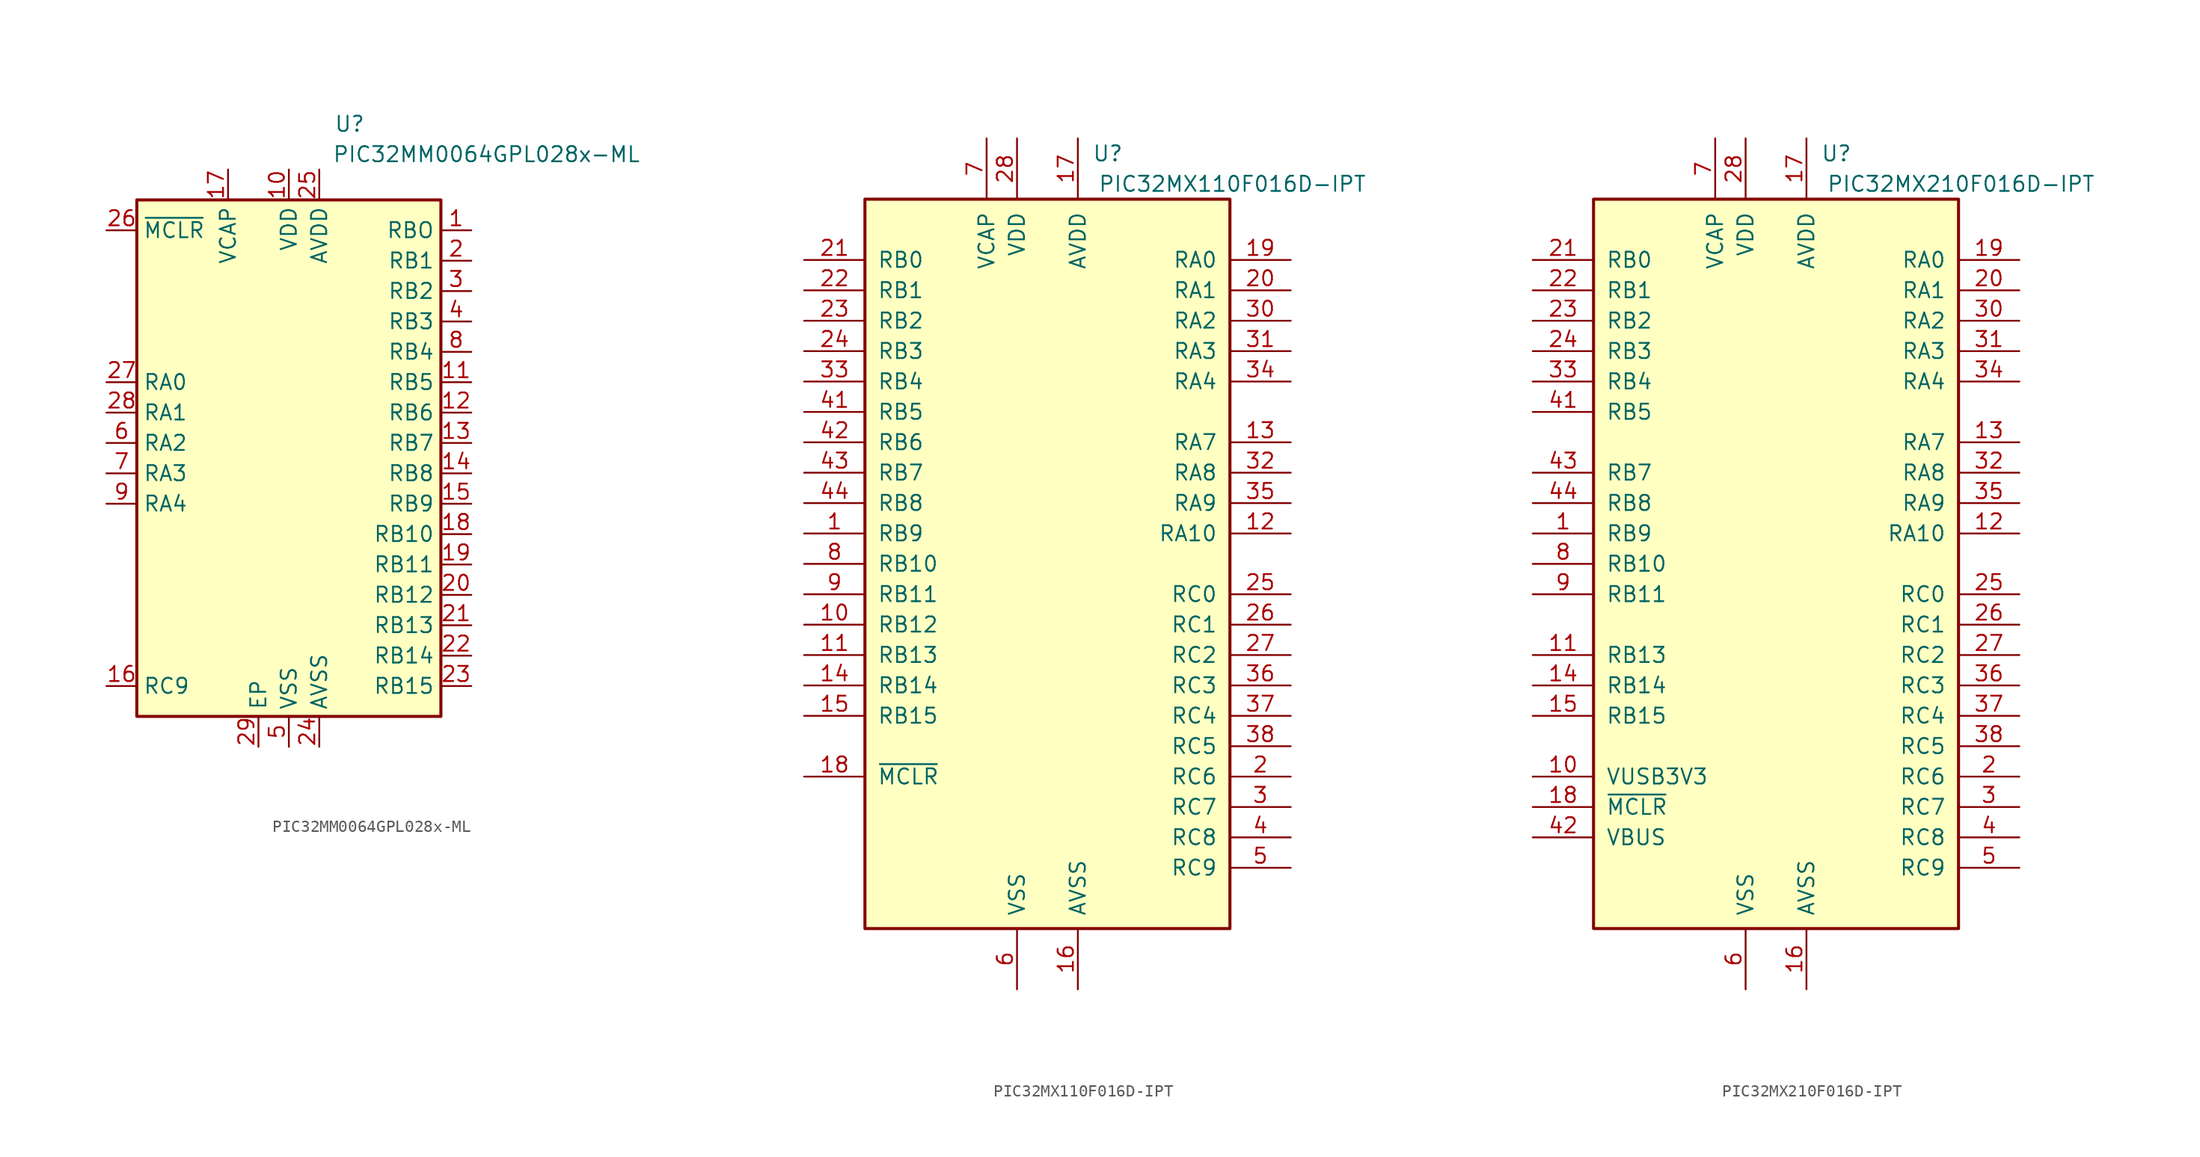
<source format=kicad_sym>
(kicad_symbol_lib
  (version 20201005)
  (generator kicad_symbol_editor)
  (symbol "MCU_Microchip_PIC32:PIC32MM0064GPL028x-ML"
    (property "Reference" "U"
      (at 5.08 26.67 0)
      (effects (font (size 1.27 1.27))))
    (property "Value" "PIC32MM0064GPL028x-ML"
      (at 16.51 24.13 0)
      (effects (font (size 1.27 1.27))))
    (symbol "PIC32MM0064GPL028x-ML_0_0"
      (pin bidirectional line (at 15.24 17.78 180) (length 2.54) (name "RBO" (effects (font (size 1.27 1.27)))) (number "1" (effects (font (size 1.27 1.27)))))
      (pin power_in line (at 0 22.86 270) (length 2.54) (name "VDD" (effects (font (size 1.27 1.27)))) (number "10" (effects (font (size 1.27 1.27)))))
      (pin bidirectional line (at 15.24 5.08 180) (length 2.54) (name "RB5" (effects (font (size 1.27 1.27)))) (number "11" (effects (font (size 1.27 1.27)))))
      (pin bidirectional line (at 15.24 2.54 180) (length 2.54) (name "RB6" (effects (font (size 1.27 1.27)))) (number "12" (effects (font (size 1.27 1.27)))))
      (pin bidirectional line (at 15.24 0 180) (length 2.54) (name "RB7" (effects (font (size 1.27 1.27)))) (number "13" (effects (font (size 1.27 1.27)))))
      (pin bidirectional line (at 15.24 -2.54 180) (length 2.54) (name "RB8" (effects (font (size 1.27 1.27)))) (number "14" (effects (font (size 1.27 1.27)))))
      (pin bidirectional line (at 15.24 -5.08 180) (length 2.54) (name "RB9" (effects (font (size 1.27 1.27)))) (number "15" (effects (font (size 1.27 1.27)))))
      (pin bidirectional line (at -15.24 -20.32 0) (length 2.54) (name "RC9" (effects (font (size 1.27 1.27)))) (number "16" (effects (font (size 1.27 1.27)))))
      (pin power_out line (at -5.08 22.86 270) (length 2.54) (name "VCAP" (effects (font (size 1.27 1.27)))) (number "17" (effects (font (size 1.27 1.27)))))
      (pin bidirectional line (at 15.24 -7.62 180) (length 2.54) (name "RB10" (effects (font (size 1.27 1.27)))) (number "18" (effects (font (size 1.27 1.27)))))
      (pin bidirectional line (at 15.24 -10.16 180) (length 2.54) (name "RB11" (effects (font (size 1.27 1.27)))) (number "19" (effects (font (size 1.27 1.27)))))
      (pin bidirectional line (at 15.24 15.24 180) (length 2.54) (name "RB1" (effects (font (size 1.27 1.27)))) (number "2" (effects (font (size 1.27 1.27)))))
      (pin bidirectional line (at 15.24 -12.7 180) (length 2.54) (name "RB12" (effects (font (size 1.27 1.27)))) (number "20" (effects (font (size 1.27 1.27)))))
      (pin bidirectional line (at 15.24 -15.24 180) (length 2.54) (name "RB13" (effects (font (size 1.27 1.27)))) (number "21" (effects (font (size 1.27 1.27)))))
      (pin bidirectional line (at 15.24 -17.78 180) (length 2.54) (name "RB14" (effects (font (size 1.27 1.27)))) (number "22" (effects (font (size 1.27 1.27)))))
      (pin bidirectional line (at 15.24 -20.32 180) (length 2.54) (name "RB15" (effects (font (size 1.27 1.27)))) (number "23" (effects (font (size 1.27 1.27)))))
      (pin power_in line (at 2.54 -25.4 90) (length 2.54) (name "AVSS" (effects (font (size 1.27 1.27)))) (number "24" (effects (font (size 1.27 1.27)))))
      (pin power_in line (at 2.54 22.86 270) (length 2.54) (name "AVDD" (effects (font (size 1.27 1.27)))) (number "25" (effects (font (size 1.27 1.27)))))
      (pin input line (at -15.24 17.78 0) (length 2.54) (name "~MCLR~" (effects (font (size 1.27 1.27)))) (number "26" (effects (font (size 1.27 1.27)))))
      (pin bidirectional line (at -15.24 5.08 0) (length 2.54) (name "RA0" (effects (font (size 1.27 1.27)))) (number "27" (effects (font (size 1.27 1.27)))))
      (pin bidirectional line (at -15.24 2.54 0) (length 2.54) (name "RA1" (effects (font (size 1.27 1.27)))) (number "28" (effects (font (size 1.27 1.27)))))
      (pin passive line (at -2.54 -25.4 90) (length 2.54) (name "EP" (effects (font (size 1.27 1.27)))) (number "29" (effects (font (size 1.27 1.27)))))
      (pin bidirectional line (at 15.24 12.7 180) (length 2.54) (name "RB2" (effects (font (size 1.27 1.27)))) (number "3" (effects (font (size 1.27 1.27)))))
      (pin bidirectional line (at 15.24 10.16 180) (length 2.54) (name "RB3" (effects (font (size 1.27 1.27)))) (number "4" (effects (font (size 1.27 1.27)))))
      (pin power_in line (at 0 -25.4 90) (length 2.54) (name "VSS" (effects (font (size 1.27 1.27)))) (number "5" (effects (font (size 1.27 1.27)))))
      (pin bidirectional line (at -15.24 0 0) (length 2.54) (name "RA2" (effects (font (size 1.27 1.27)))) (number "6" (effects (font (size 1.27 1.27)))))
      (pin bidirectional line (at -15.24 -2.54 0) (length 2.54) (name "RA3" (effects (font (size 1.27 1.27)))) (number "7" (effects (font (size 1.27 1.27)))))
      (pin bidirectional line (at 15.24 7.62 180) (length 2.54) (name "RB4" (effects (font (size 1.27 1.27)))) (number "8" (effects (font (size 1.27 1.27)))))
      (pin bidirectional line (at -15.24 -5.08 0) (length 2.54) (name "RA4" (effects (font (size 1.27 1.27)))) (number "9" (effects (font (size 1.27 1.27))))))
    (symbol "PIC32MM0064GPL028x-ML_0_1"
      (rectangle (start -12.7 20.32) (end 12.7 -22.86) (stroke (width 0.254)) (fill (type background)))))
  (symbol "MCU_Microchip_PIC32:PIC32MX110F016D-IPT"
    (pin_names
      (offset 1.016))
    (property "Reference" "U"
      (at 6.35 34.29 0)
      (effects (font (size 1.27 1.27)) (justify right)))
    (property "Value" "PIC32MX110F016D-IPT"
      (at 26.67 31.75 0)
      (effects (font (size 1.27 1.27)) (justify right)))
    (symbol "PIC32MX110F016D-IPT_0_1"
      (rectangle (start -15.24 30.48) (end 15.24 -30.48) (stroke (width 0.254)) (fill (type background))))
    (symbol "PIC32MX110F016D-IPT_1_1"
      (pin bidirectional line (at -20.32 2.54 0) (length 5.08) (name "RB9" (effects (font (size 1.27 1.27)))) (number "1" (effects (font (size 1.27 1.27)))))
      (pin bidirectional line (at -20.32 -5.08 0) (length 5.08) (name "RB12" (effects (font (size 1.27 1.27)))) (number "10" (effects (font (size 1.27 1.27)))))
      (pin bidirectional line (at -20.32 -7.62 0) (length 5.08) (name "RB13" (effects (font (size 1.27 1.27)))) (number "11" (effects (font (size 1.27 1.27)))))
      (pin bidirectional line (at 20.32 2.54 180) (length 5.08) (name "RA10" (effects (font (size 1.27 1.27)))) (number "12" (effects (font (size 1.27 1.27)))))
      (pin bidirectional line (at 20.32 10.16 180) (length 5.08) (name "RA7" (effects (font (size 1.27 1.27)))) (number "13" (effects (font (size 1.27 1.27)))))
      (pin bidirectional line (at -20.32 -10.16 0) (length 5.08) (name "RB14" (effects (font (size 1.27 1.27)))) (number "14" (effects (font (size 1.27 1.27)))))
      (pin bidirectional line (at -20.32 -12.7 0) (length 5.08) (name "RB15" (effects (font (size 1.27 1.27)))) (number "15" (effects (font (size 1.27 1.27)))))
      (pin power_in line (at 2.54 -35.56 90) (length 5.08) (name "AVSS" (effects (font (size 1.27 1.27)))) (number "16" (effects (font (size 1.27 1.27)))))
      (pin power_in line (at 2.54 35.56 270) (length 5.08) (name "AVDD" (effects (font (size 1.27 1.27)))) (number "17" (effects (font (size 1.27 1.27)))))
      (pin input line (at -20.32 -17.78 0) (length 5.08) (name "~MCLR" (effects (font (size 1.27 1.27)))) (number "18" (effects (font (size 1.27 1.27)))))
      (pin input line (at 20.32 25.4 180) (length 5.08) (name "RA0" (effects (font (size 1.27 1.27)))) (number "19" (effects (font (size 1.27 1.27)))))
      (pin bidirectional line (at 20.32 -17.78 180) (length 5.08) (name "RC6" (effects (font (size 1.27 1.27)))) (number "2" (effects (font (size 1.27 1.27)))))
      (pin input line (at 20.32 22.86 180) (length 5.08) (name "RA1" (effects (font (size 1.27 1.27)))) (number "20" (effects (font (size 1.27 1.27)))))
      (pin input line (at -20.32 25.4 0) (length 5.08) (name "RB0" (effects (font (size 1.27 1.27)))) (number "21" (effects (font (size 1.27 1.27)))))
      (pin input line (at -20.32 22.86 0) (length 5.08) (name "RB1" (effects (font (size 1.27 1.27)))) (number "22" (effects (font (size 1.27 1.27)))))
      (pin input line (at -20.32 20.32 0) (length 5.08) (name "RB2" (effects (font (size 1.27 1.27)))) (number "23" (effects (font (size 1.27 1.27)))))
      (pin input line (at -20.32 17.78 0) (length 5.08) (name "RB3" (effects (font (size 1.27 1.27)))) (number "24" (effects (font (size 1.27 1.27)))))
      (pin input line (at 20.32 -2.54 180) (length 5.08) (name "RC0" (effects (font (size 1.27 1.27)))) (number "25" (effects (font (size 1.27 1.27)))))
      (pin input line (at 20.32 -5.08 180) (length 5.08) (name "RC1" (effects (font (size 1.27 1.27)))) (number "26" (effects (font (size 1.27 1.27)))))
      (pin input line (at 20.32 -7.62 180) (length 5.08) (name "RC2" (effects (font (size 1.27 1.27)))) (number "27" (effects (font (size 1.27 1.27)))))
      (pin power_in line (at -2.54 35.56 270) (length 5.08) (name "VDD" (effects (font (size 1.27 1.27)))) (number "28" (effects (font (size 1.27 1.27)))))
      (pin passive line (at -2.54 -35.56 90) (length 5.08) hide (name "VSS" (effects (font (size 1.27 1.27)))) (number "29" (effects (font (size 1.27 1.27)))))
      (pin bidirectional line (at 20.32 -20.32 180) (length 5.08) (name "RC7" (effects (font (size 1.27 1.27)))) (number "3" (effects (font (size 1.27 1.27)))))
      (pin input line (at 20.32 20.32 180) (length 5.08) (name "RA2" (effects (font (size 1.27 1.27)))) (number "30" (effects (font (size 1.27 1.27)))))
      (pin input line (at 20.32 17.78 180) (length 5.08) (name "RA3" (effects (font (size 1.27 1.27)))) (number "31" (effects (font (size 1.27 1.27)))))
      (pin input line (at 20.32 7.62 180) (length 5.08) (name "RA8" (effects (font (size 1.27 1.27)))) (number "32" (effects (font (size 1.27 1.27)))))
      (pin input line (at -20.32 15.24 0) (length 5.08) (name "RB4" (effects (font (size 1.27 1.27)))) (number "33" (effects (font (size 1.27 1.27)))))
      (pin input line (at 20.32 15.24 180) (length 5.08) (name "RA4" (effects (font (size 1.27 1.27)))) (number "34" (effects (font (size 1.27 1.27)))))
      (pin input line (at 20.32 5.08 180) (length 5.08) (name "RA9" (effects (font (size 1.27 1.27)))) (number "35" (effects (font (size 1.27 1.27)))))
      (pin input line (at 20.32 -10.16 180) (length 5.08) (name "RC3" (effects (font (size 1.27 1.27)))) (number "36" (effects (font (size 1.27 1.27)))))
      (pin input line (at 20.32 -12.7 180) (length 5.08) (name "RC4" (effects (font (size 1.27 1.27)))) (number "37" (effects (font (size 1.27 1.27)))))
      (pin input line (at 20.32 -15.24 180) (length 5.08) (name "RC5" (effects (font (size 1.27 1.27)))) (number "38" (effects (font (size 1.27 1.27)))))
      (pin passive line (at -2.54 -35.56 90) (length 5.08) hide (name "VSS" (effects (font (size 1.27 1.27)))) (number "39" (effects (font (size 1.27 1.27)))))
      (pin bidirectional line (at 20.32 -22.86 180) (length 5.08) (name "RC8" (effects (font (size 1.27 1.27)))) (number "4" (effects (font (size 1.27 1.27)))))
      (pin passive line (at -2.54 35.56 270) (length 5.08) hide (name "VDD" (effects (font (size 1.27 1.27)))) (number "40" (effects (font (size 1.27 1.27)))))
      (pin input line (at -20.32 12.7 0) (length 5.08) (name "RB5" (effects (font (size 1.27 1.27)))) (number "41" (effects (font (size 1.27 1.27)))))
      (pin input line (at -20.32 10.16 0) (length 5.08) (name "RB6" (effects (font (size 1.27 1.27)))) (number "42" (effects (font (size 1.27 1.27)))))
      (pin input line (at -20.32 7.62 0) (length 5.08) (name "RB7" (effects (font (size 1.27 1.27)))) (number "43" (effects (font (size 1.27 1.27)))))
      (pin input line (at -20.32 5.08 0) (length 5.08) (name "RB8" (effects (font (size 1.27 1.27)))) (number "44" (effects (font (size 1.27 1.27)))))
      (pin bidirectional line (at 20.32 -25.4 180) (length 5.08) (name "RC9" (effects (font (size 1.27 1.27)))) (number "5" (effects (font (size 1.27 1.27)))))
      (pin power_in line (at -2.54 -35.56 90) (length 5.08) (name "VSS" (effects (font (size 1.27 1.27)))) (number "6" (effects (font (size 1.27 1.27)))))
      (pin power_in line (at -5.08 35.56 270) (length 5.08) (name "VCAP" (effects (font (size 1.27 1.27)))) (number "7" (effects (font (size 1.27 1.27)))))
      (pin bidirectional line (at -20.32 0 0) (length 5.08) (name "RB10" (effects (font (size 1.27 1.27)))) (number "8" (effects (font (size 1.27 1.27)))))
      (pin bidirectional line (at -20.32 -2.54 0) (length 5.08) (name "RB11" (effects (font (size 1.27 1.27)))) (number "9" (effects (font (size 1.27 1.27)))))))
  (symbol "MCU_Microchip_PIC32:PIC32MX210F016D-IPT"
    (pin_names
      (offset 1.016))
    (property "Reference" "U"
      (at 6.35 34.29 0)
      (effects (font (size 1.27 1.27)) (justify right)))
    (property "Value" "PIC32MX210F016D-IPT"
      (at 26.67 31.75 0)
      (effects (font (size 1.27 1.27)) (justify right)))
    (symbol "PIC32MX210F016D-IPT_0_1"
      (rectangle (start -15.24 30.48) (end 15.24 -30.48) (stroke (width 0.254)) (fill (type background))))
    (symbol "PIC32MX210F016D-IPT_1_1"
      (pin bidirectional line (at -20.32 2.54 0) (length 5.08) (name "RB9" (effects (font (size 1.27 1.27)))) (number "1" (effects (font (size 1.27 1.27)))))
      (pin bidirectional line (at -20.32 -17.78 0) (length 5.08) (name "VUSB3V3" (effects (font (size 1.27 1.27)))) (number "10" (effects (font (size 1.27 1.27)))))
      (pin bidirectional line (at -20.32 -7.62 0) (length 5.08) (name "RB13" (effects (font (size 1.27 1.27)))) (number "11" (effects (font (size 1.27 1.27)))))
      (pin bidirectional line (at 20.32 2.54 180) (length 5.08) (name "RA10" (effects (font (size 1.27 1.27)))) (number "12" (effects (font (size 1.27 1.27)))))
      (pin bidirectional line (at 20.32 10.16 180) (length 5.08) (name "RA7" (effects (font (size 1.27 1.27)))) (number "13" (effects (font (size 1.27 1.27)))))
      (pin bidirectional line (at -20.32 -10.16 0) (length 5.08) (name "RB14" (effects (font (size 1.27 1.27)))) (number "14" (effects (font (size 1.27 1.27)))))
      (pin bidirectional line (at -20.32 -12.7 0) (length 5.08) (name "RB15" (effects (font (size 1.27 1.27)))) (number "15" (effects (font (size 1.27 1.27)))))
      (pin power_in line (at 2.54 -35.56 90) (length 5.08) (name "AVSS" (effects (font (size 1.27 1.27)))) (number "16" (effects (font (size 1.27 1.27)))))
      (pin power_in line (at 2.54 35.56 270) (length 5.08) (name "AVDD" (effects (font (size 1.27 1.27)))) (number "17" (effects (font (size 1.27 1.27)))))
      (pin input line (at -20.32 -20.32 0) (length 5.08) (name "~MCLR" (effects (font (size 1.27 1.27)))) (number "18" (effects (font (size 1.27 1.27)))))
      (pin input line (at 20.32 25.4 180) (length 5.08) (name "RA0" (effects (font (size 1.27 1.27)))) (number "19" (effects (font (size 1.27 1.27)))))
      (pin bidirectional line (at 20.32 -17.78 180) (length 5.08) (name "RC6" (effects (font (size 1.27 1.27)))) (number "2" (effects (font (size 1.27 1.27)))))
      (pin input line (at 20.32 22.86 180) (length 5.08) (name "RA1" (effects (font (size 1.27 1.27)))) (number "20" (effects (font (size 1.27 1.27)))))
      (pin input line (at -20.32 25.4 0) (length 5.08) (name "RB0" (effects (font (size 1.27 1.27)))) (number "21" (effects (font (size 1.27 1.27)))))
      (pin input line (at -20.32 22.86 0) (length 5.08) (name "RB1" (effects (font (size 1.27 1.27)))) (number "22" (effects (font (size 1.27 1.27)))))
      (pin input line (at -20.32 20.32 0) (length 5.08) (name "RB2" (effects (font (size 1.27 1.27)))) (number "23" (effects (font (size 1.27 1.27)))))
      (pin input line (at -20.32 17.78 0) (length 5.08) (name "RB3" (effects (font (size 1.27 1.27)))) (number "24" (effects (font (size 1.27 1.27)))))
      (pin input line (at 20.32 -2.54 180) (length 5.08) (name "RC0" (effects (font (size 1.27 1.27)))) (number "25" (effects (font (size 1.27 1.27)))))
      (pin input line (at 20.32 -5.08 180) (length 5.08) (name "RC1" (effects (font (size 1.27 1.27)))) (number "26" (effects (font (size 1.27 1.27)))))
      (pin input line (at 20.32 -7.62 180) (length 5.08) (name "RC2" (effects (font (size 1.27 1.27)))) (number "27" (effects (font (size 1.27 1.27)))))
      (pin power_in line (at -2.54 35.56 270) (length 5.08) (name "VDD" (effects (font (size 1.27 1.27)))) (number "28" (effects (font (size 1.27 1.27)))))
      (pin passive line (at -2.54 -35.56 90) (length 5.08) hide (name "VSS" (effects (font (size 1.27 1.27)))) (number "29" (effects (font (size 1.27 1.27)))))
      (pin bidirectional line (at 20.32 -20.32 180) (length 5.08) (name "RC7" (effects (font (size 1.27 1.27)))) (number "3" (effects (font (size 1.27 1.27)))))
      (pin input line (at 20.32 20.32 180) (length 5.08) (name "RA2" (effects (font (size 1.27 1.27)))) (number "30" (effects (font (size 1.27 1.27)))))
      (pin input line (at 20.32 17.78 180) (length 5.08) (name "RA3" (effects (font (size 1.27 1.27)))) (number "31" (effects (font (size 1.27 1.27)))))
      (pin input line (at 20.32 7.62 180) (length 5.08) (name "RA8" (effects (font (size 1.27 1.27)))) (number "32" (effects (font (size 1.27 1.27)))))
      (pin input line (at -20.32 15.24 0) (length 5.08) (name "RB4" (effects (font (size 1.27 1.27)))) (number "33" (effects (font (size 1.27 1.27)))))
      (pin input line (at 20.32 15.24 180) (length 5.08) (name "RA4" (effects (font (size 1.27 1.27)))) (number "34" (effects (font (size 1.27 1.27)))))
      (pin input line (at 20.32 5.08 180) (length 5.08) (name "RA9" (effects (font (size 1.27 1.27)))) (number "35" (effects (font (size 1.27 1.27)))))
      (pin input line (at 20.32 -10.16 180) (length 5.08) (name "RC3" (effects (font (size 1.27 1.27)))) (number "36" (effects (font (size 1.27 1.27)))))
      (pin input line (at 20.32 -12.7 180) (length 5.08) (name "RC4" (effects (font (size 1.27 1.27)))) (number "37" (effects (font (size 1.27 1.27)))))
      (pin input line (at 20.32 -15.24 180) (length 5.08) (name "RC5" (effects (font (size 1.27 1.27)))) (number "38" (effects (font (size 1.27 1.27)))))
      (pin passive line (at -2.54 -35.56 90) (length 5.08) hide (name "VSS" (effects (font (size 1.27 1.27)))) (number "39" (effects (font (size 1.27 1.27)))))
      (pin bidirectional line (at 20.32 -22.86 180) (length 5.08) (name "RC8" (effects (font (size 1.27 1.27)))) (number "4" (effects (font (size 1.27 1.27)))))
      (pin passive line (at -2.54 35.56 270) (length 5.08) hide (name "VDD" (effects (font (size 1.27 1.27)))) (number "40" (effects (font (size 1.27 1.27)))))
      (pin input line (at -20.32 12.7 0) (length 5.08) (name "RB5" (effects (font (size 1.27 1.27)))) (number "41" (effects (font (size 1.27 1.27)))))
      (pin input line (at -20.32 -22.86 0) (length 5.08) (name "VBUS" (effects (font (size 1.27 1.27)))) (number "42" (effects (font (size 1.27 1.27)))))
      (pin input line (at -20.32 7.62 0) (length 5.08) (name "RB7" (effects (font (size 1.27 1.27)))) (number "43" (effects (font (size 1.27 1.27)))))
      (pin input line (at -20.32 5.08 0) (length 5.08) (name "RB8" (effects (font (size 1.27 1.27)))) (number "44" (effects (font (size 1.27 1.27)))))
      (pin bidirectional line (at 20.32 -25.4 180) (length 5.08) (name "RC9" (effects (font (size 1.27 1.27)))) (number "5" (effects (font (size 1.27 1.27)))))
      (pin power_in line (at -2.54 -35.56 90) (length 5.08) (name "VSS" (effects (font (size 1.27 1.27)))) (number "6" (effects (font (size 1.27 1.27)))))
      (pin power_in line (at -5.08 35.56 270) (length 5.08) (name "VCAP" (effects (font (size 1.27 1.27)))) (number "7" (effects (font (size 1.27 1.27)))))
      (pin bidirectional line (at -20.32 0 0) (length 5.08) (name "RB10" (effects (font (size 1.27 1.27)))) (number "8" (effects (font (size 1.27 1.27)))))
      (pin bidirectional line (at -20.32 -2.54 0) (length 5.08) (name "RB11" (effects (font (size 1.27 1.27)))) (number "9" (effects (font (size 1.27 1.27))))))))
</source>
